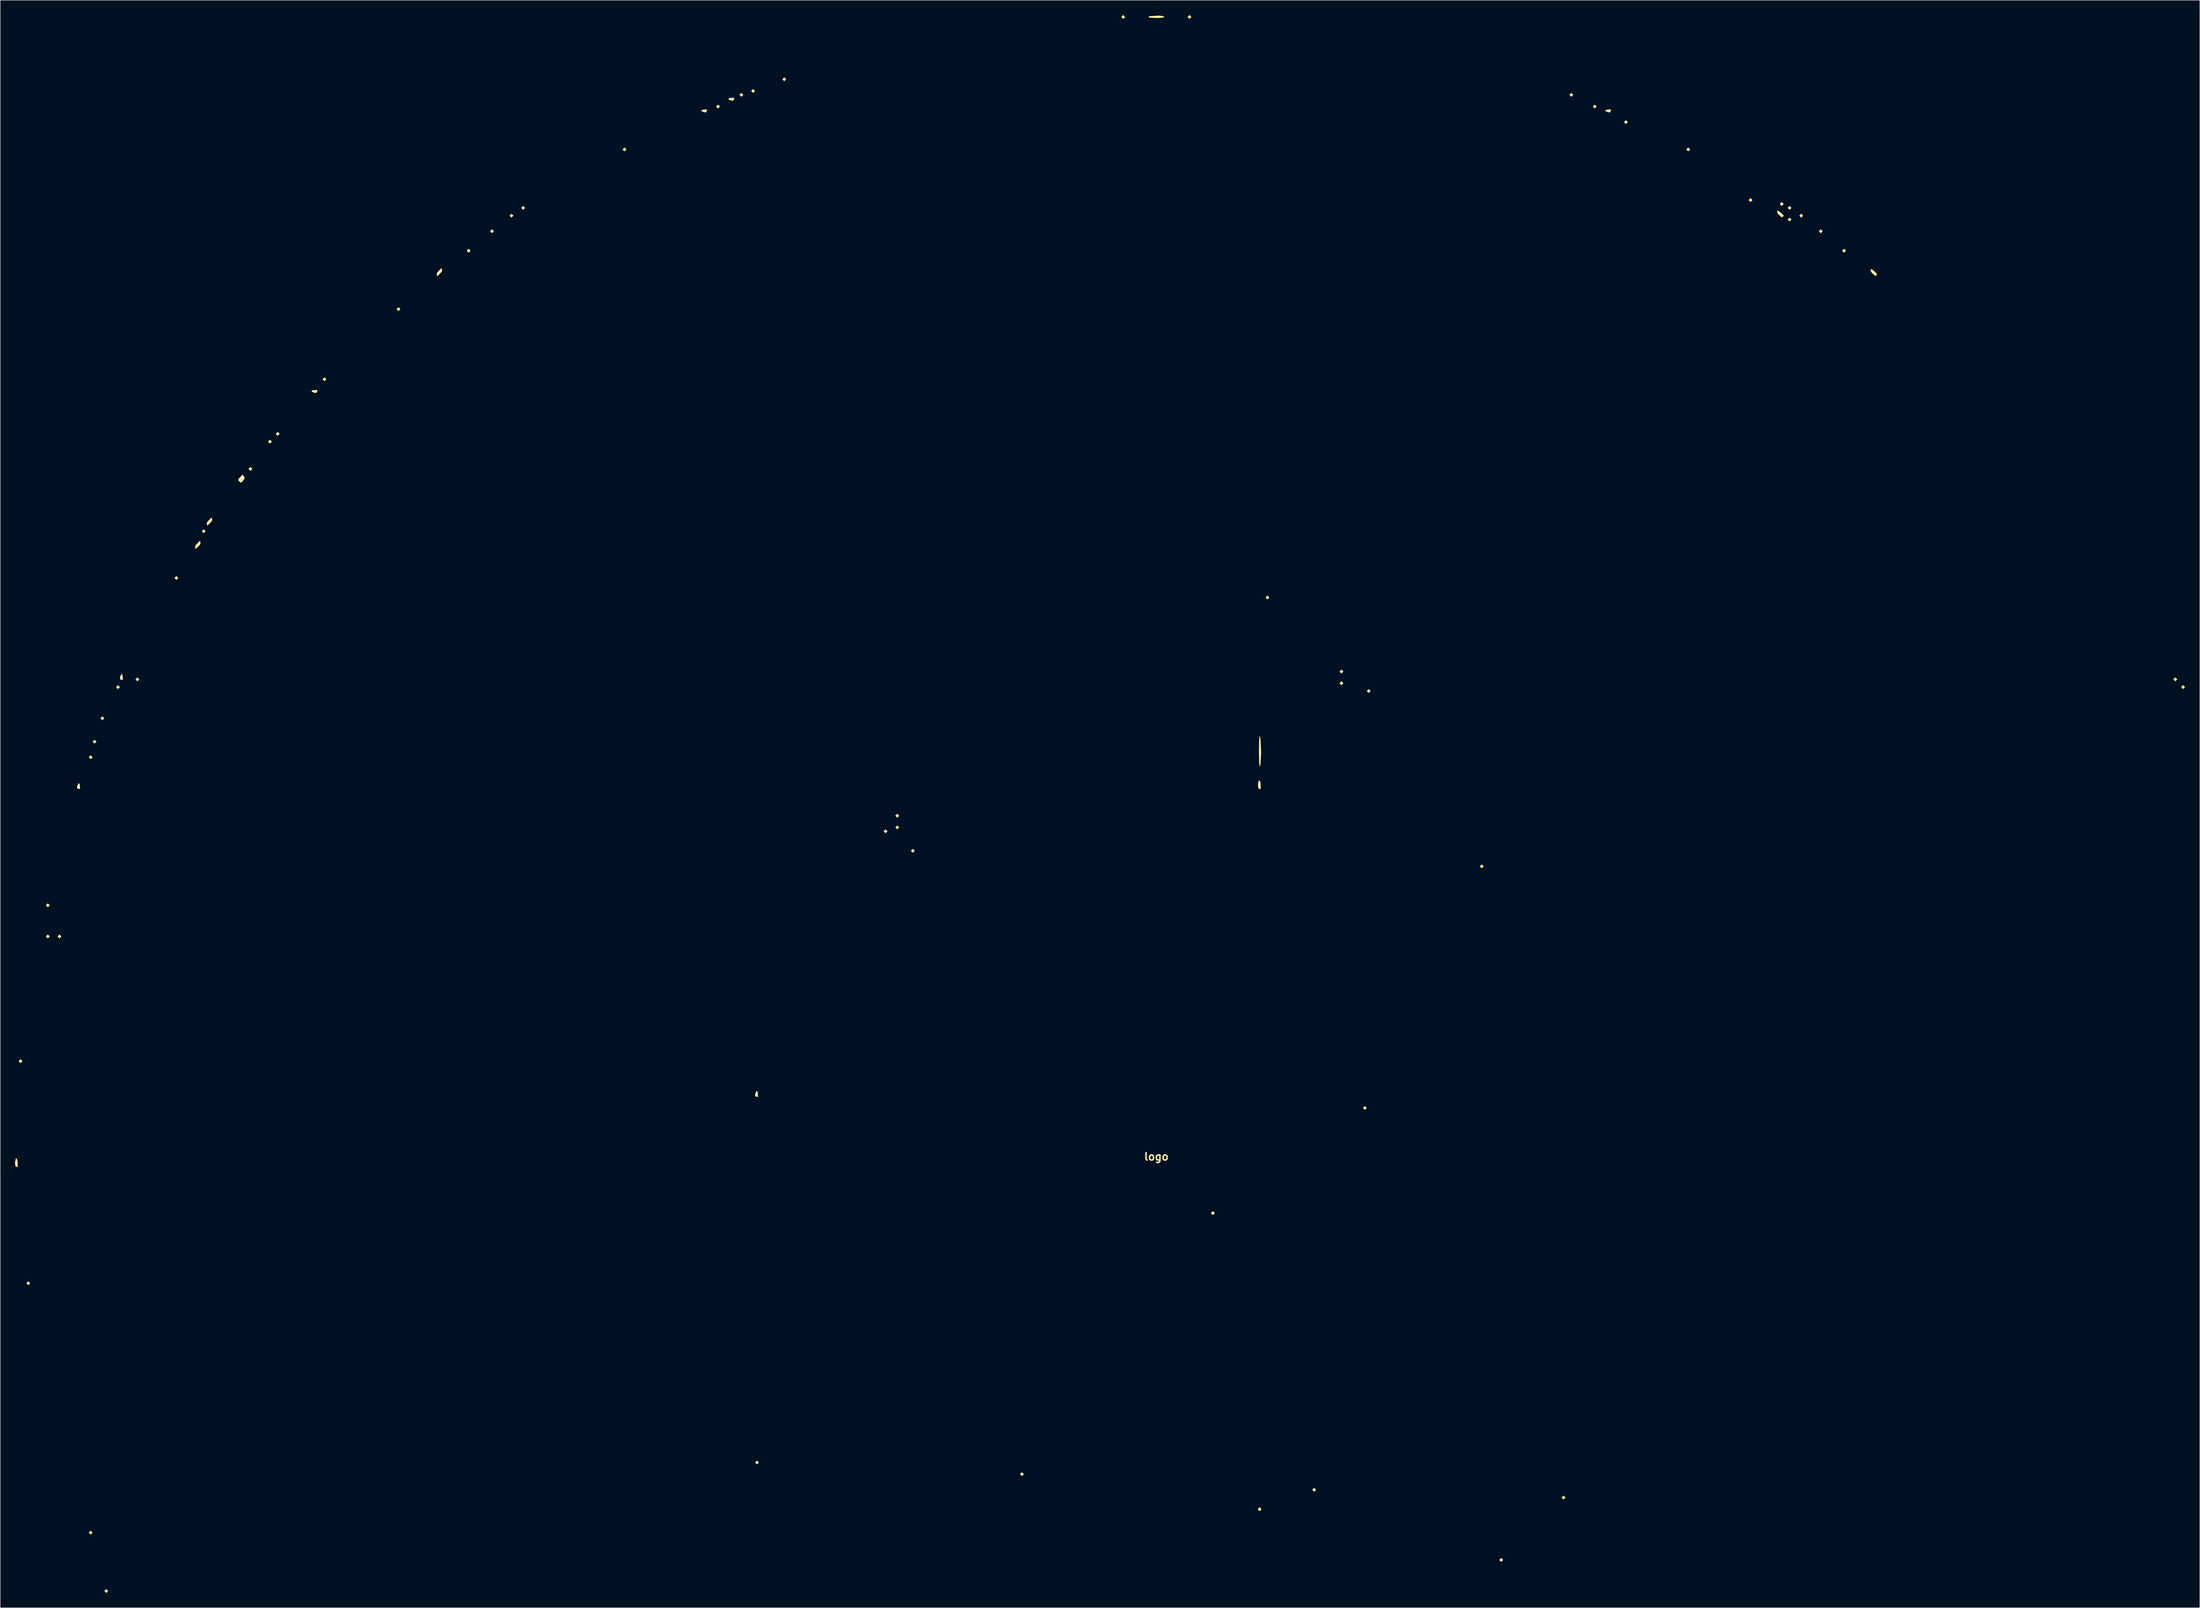
<source format=kicad_pcb>
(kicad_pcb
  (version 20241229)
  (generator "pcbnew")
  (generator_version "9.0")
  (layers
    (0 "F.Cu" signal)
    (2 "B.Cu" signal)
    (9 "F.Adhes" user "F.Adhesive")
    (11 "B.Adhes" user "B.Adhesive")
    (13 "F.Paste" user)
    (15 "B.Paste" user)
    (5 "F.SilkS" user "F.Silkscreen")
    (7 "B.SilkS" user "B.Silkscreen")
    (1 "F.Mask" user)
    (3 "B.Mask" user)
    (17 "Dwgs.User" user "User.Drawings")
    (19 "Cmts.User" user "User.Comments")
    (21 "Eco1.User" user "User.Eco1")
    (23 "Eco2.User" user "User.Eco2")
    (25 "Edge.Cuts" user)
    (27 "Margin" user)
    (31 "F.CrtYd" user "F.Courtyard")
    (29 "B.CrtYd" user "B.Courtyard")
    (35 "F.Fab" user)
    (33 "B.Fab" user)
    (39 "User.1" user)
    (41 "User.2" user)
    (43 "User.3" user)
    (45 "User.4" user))
  (footprint "logo"
    (layer "F.Cu")
    (at 232.511 232.574)
    (property "Reference" "logo" (at 0 0 0) (layer "F.SilkS") (effects (font (size 1.524 1.524) (thickness 0.3))))
    (attr through_hole)
    (fp_poly (pts (xy -230.981 -19.447) (xy -231.378 -19.05) (xy -231.775 -19.447) (xy -231.378 -19.844) (xy -230.981 -19.447)) (stroke (width 0.01) (type solid)) (fill yes) (layer "F.SilkS"))
    (fp_poly (pts (xy -229.394 25.797) (xy -229.791 26.194) (xy -230.188 25.797) (xy -229.791 25.4) (xy -229.394 25.797)) (stroke (width 0.01) (type solid)) (fill yes) (layer "F.SilkS"))
    (fp_poly (pts (xy -225.425 -51.197) (xy -225.822 -50.8) (xy -226.219 -51.197) (xy -225.822 -51.594) (xy -225.425 -51.197)) (stroke (width 0.01) (type solid)) (fill yes) (layer "F.SilkS"))
    (fp_poly (pts (xy -225.425 -44.847) (xy -225.822 -44.45) (xy -226.219 -44.847) (xy -225.822 -45.244) (xy -225.425 -44.847)) (stroke (width 0.01) (type solid)) (fill yes) (layer "F.SilkS"))
    (fp_poly (pts (xy -223.044 -44.847) (xy -223.441 -44.45) (xy -223.838 -44.847) (xy -223.441 -45.244) (xy -223.044 -44.847)) (stroke (width 0.01) (type solid)) (fill yes) (layer "F.SilkS"))
    (fp_poly (pts (xy -216.694 -81.359) (xy -217.091 -80.963) (xy -217.488 -81.359) (xy -217.091 -81.756) (xy -216.694 -81.359)) (stroke (width 0.01) (type solid)) (fill yes) (layer "F.SilkS"))
    (fp_poly (pts (xy -216.694 76.597) (xy -217.091 76.994) (xy -217.488 76.597) (xy -217.091 76.2) (xy -216.694 76.597)) (stroke (width 0.01) (type solid)) (fill yes) (layer "F.SilkS"))
    (fp_poly (pts (xy -215.9 -84.534) (xy -216.297 -84.138) (xy -216.694 -84.534) (xy -216.297 -84.931) (xy -215.9 -84.534)) (stroke (width 0.01) (type solid)) (fill yes) (layer "F.SilkS"))
    (fp_poly (pts (xy -214.312 -89.297) (xy -214.709 -88.9) (xy -215.106 -89.297) (xy -214.709 -89.694) (xy -214.312 -89.297)) (stroke (width 0.01) (type solid)) (fill yes) (layer "F.SilkS"))
    (fp_poly (pts (xy -213.519 88.503) (xy -213.916 88.9) (xy -214.312 88.503) (xy -213.916 88.106) (xy -213.519 88.503)) (stroke (width 0.01) (type solid)) (fill yes) (layer "F.SilkS"))
    (fp_poly (pts (xy -211.137 -95.647) (xy -211.534 -95.25) (xy -211.931 -95.647) (xy -211.534 -96.044) (xy -211.137 -95.647)) (stroke (width 0.01) (type solid)) (fill yes) (layer "F.SilkS"))
    (fp_poly (pts (xy -207.169 -97.234) (xy -207.566 -96.838) (xy -207.963 -97.234) (xy -207.566 -97.631) (xy -207.169 -97.234)) (stroke (width 0.01) (type solid)) (fill yes) (layer "F.SilkS"))
    (fp_poly (pts (xy -199.231 -117.872) (xy -199.628 -117.475) (xy -200.025 -117.872) (xy -199.628 -118.269) (xy -199.231 -117.872)) (stroke (width 0.01) (type solid)) (fill yes) (layer "F.SilkS"))
    (fp_poly (pts (xy -193.675 -127.397) (xy -194.072 -127) (xy -194.469 -127.397) (xy -194.072 -127.794) (xy -193.675 -127.397)) (stroke (width 0.01) (type solid)) (fill yes) (layer "F.SilkS"))
    (fp_poly (pts (xy -184.15 -140.097) (xy -184.547 -139.7) (xy -184.944 -140.097) (xy -184.547 -140.494) (xy -184.15 -140.097)) (stroke (width 0.01) (type solid)) (fill yes) (layer "F.SilkS"))
    (fp_poly (pts (xy -180.181 -145.653) (xy -180.578 -145.256) (xy -180.975 -145.653) (xy -180.578 -146.05) (xy -180.181 -145.653)) (stroke (width 0.01) (type solid)) (fill yes) (layer "F.SilkS"))
    (fp_poly (pts (xy -178.594 -147.241) (xy -178.991 -146.844) (xy -179.387 -147.241) (xy -178.991 -147.637) (xy -178.594 -147.241)) (stroke (width 0.01) (type solid)) (fill yes) (layer "F.SilkS"))
    (fp_poly (pts (xy -169.069 -158.353) (xy -169.466 -157.956) (xy -169.863 -158.353) (xy -169.466 -158.75) (xy -169.069 -158.353)) (stroke (width 0.01) (type solid)) (fill yes) (layer "F.SilkS"))
    (fp_poly (pts (xy -153.988 -172.641) (xy -154.384 -172.244) (xy -154.781 -172.641) (xy -154.384 -173.037) (xy -153.988 -172.641)) (stroke (width 0.01) (type solid)) (fill yes) (layer "F.SilkS"))
    (fp_poly (pts (xy -139.7 -184.547) (xy -140.097 -184.15) (xy -140.494 -184.547) (xy -140.097 -184.944) (xy -139.7 -184.547)) (stroke (width 0.01) (type solid)) (fill yes) (layer "F.SilkS"))
    (fp_poly (pts (xy -134.938 -188.516) (xy -135.334 -188.119) (xy -135.731 -188.516) (xy -135.334 -188.912) (xy -134.938 -188.516)) (stroke (width 0.01) (type solid)) (fill yes) (layer "F.SilkS"))
    (fp_poly (pts (xy -130.969 -191.691) (xy -131.366 -191.294) (xy -131.762 -191.691) (xy -131.366 -192.088) (xy -130.969 -191.691)) (stroke (width 0.01) (type solid)) (fill yes) (layer "F.SilkS"))
    (fp_poly (pts (xy -128.588 -193.278) (xy -128.984 -192.881) (xy -129.381 -193.278) (xy -128.984 -193.675) (xy -128.588 -193.278)) (stroke (width 0.01) (type solid)) (fill yes) (layer "F.SilkS"))
    (fp_poly (pts (xy -107.95 -205.184) (xy -108.347 -204.787) (xy -108.744 -205.184) (xy -108.347 -205.581) (xy -107.95 -205.184)) (stroke (width 0.01) (type solid)) (fill yes) (layer "F.SilkS"))
    (fp_poly (pts (xy -88.9 -213.916) (xy -89.297 -213.519) (xy -89.694 -213.916) (xy -89.297 -214.312) (xy -88.9 -213.916)) (stroke (width 0.01) (type solid)) (fill yes) (layer "F.SilkS"))
    (fp_poly (pts (xy -84.138 -216.297) (xy -84.534 -215.9) (xy -84.931 -216.297) (xy -84.534 -216.694) (xy -84.138 -216.297)) (stroke (width 0.01) (type solid)) (fill yes) (layer "F.SilkS"))
    (fp_poly (pts (xy -81.756 -217.091) (xy -82.153 -216.694) (xy -82.55 -217.091) (xy -82.153 -217.488) (xy -81.756 -217.091)) (stroke (width 0.01) (type solid)) (fill yes) (layer "F.SilkS"))
    (fp_poly (pts (xy -80.963 62.309) (xy -81.359 62.706) (xy -81.756 62.309) (xy -81.359 61.913) (xy -80.963 62.309)) (stroke (width 0.01) (type solid)) (fill yes) (layer "F.SilkS"))
    (fp_poly (pts (xy -75.406 -219.472) (xy -75.803 -219.075) (xy -76.2 -219.472) (xy -75.803 -219.869) (xy -75.406 -219.472)) (stroke (width 0.01) (type solid)) (fill yes) (layer "F.SilkS"))
    (fp_poly (pts (xy -54.769 -66.278) (xy -55.166 -65.881) (xy -55.562 -66.278) (xy -55.166 -66.675) (xy -54.769 -66.278)) (stroke (width 0.01) (type solid)) (fill yes) (layer "F.SilkS"))
    (fp_poly (pts (xy -52.388 -69.453) (xy -52.784 -69.056) (xy -53.181 -69.453) (xy -52.784 -69.85) (xy -52.388 -69.453)) (stroke (width 0.01) (type solid)) (fill yes) (layer "F.SilkS"))
    (fp_poly (pts (xy -52.388 -67.072) (xy -52.784 -66.675) (xy -53.181 -67.072) (xy -52.784 -67.469) (xy -52.388 -67.072)) (stroke (width 0.01) (type solid)) (fill yes) (layer "F.SilkS"))
    (fp_poly (pts (xy -49.212 -62.309) (xy -49.609 -61.913) (xy -50.006 -62.309) (xy -49.609 -62.706) (xy -49.212 -62.309)) (stroke (width 0.01) (type solid)) (fill yes) (layer "F.SilkS"))
    (fp_poly (pts (xy -26.988 64.691) (xy -27.384 65.088) (xy -27.781 64.691) (xy -27.384 64.294) (xy -26.988 64.691)) (stroke (width 0.01) (type solid)) (fill yes) (layer "F.SilkS"))
    (fp_poly (pts (xy -6.35 -232.172) (xy -6.747 -231.775) (xy -7.144 -232.172) (xy -6.747 -232.569) (xy -6.35 -232.172)) (stroke (width 0.01) (type solid)) (fill yes) (layer "F.SilkS"))
    (fp_poly (pts (xy 7.144 -232.172) (xy 6.747 -231.775) (xy 6.35 -232.172) (xy 6.747 -232.569) (xy 7.144 -232.172)) (stroke (width 0.01) (type solid)) (fill yes) (layer "F.SilkS"))
    (fp_poly (pts (xy 11.906 11.509) (xy 11.509 11.906) (xy 11.113 11.509) (xy 11.509 11.113) (xy 11.906 11.509)) (stroke (width 0.01) (type solid)) (fill yes) (layer "F.SilkS"))
    (fp_poly (pts (xy 21.431 71.834) (xy 21.034 72.231) (xy 20.637 71.834) (xy 21.034 71.438) (xy 21.431 71.834)) (stroke (width 0.01) (type solid)) (fill yes) (layer "F.SilkS"))
    (fp_poly (pts (xy 23.019 -113.903) (xy 22.622 -113.506) (xy 22.225 -113.903) (xy 22.622 -114.3) (xy 23.019 -113.903)) (stroke (width 0.01) (type solid)) (fill yes) (layer "F.SilkS"))
    (fp_poly (pts (xy 32.544 67.866) (xy 32.147 68.263) (xy 31.75 67.866) (xy 32.147 67.469) (xy 32.544 67.866)) (stroke (width 0.01) (type solid)) (fill yes) (layer "F.SilkS"))
    (fp_poly (pts (xy 38.1 -98.822) (xy 37.703 -98.425) (xy 37.306 -98.822) (xy 37.703 -99.219) (xy 38.1 -98.822)) (stroke (width 0.01) (type solid)) (fill yes) (layer "F.SilkS"))
    (fp_poly (pts (xy 38.1 -96.441) (xy 37.703 -96.044) (xy 37.306 -96.441) (xy 37.703 -96.838) (xy 38.1 -96.441)) (stroke (width 0.01) (type solid)) (fill yes) (layer "F.SilkS"))
    (fp_poly (pts (xy 42.862 -9.922) (xy 42.466 -9.525) (xy 42.069 -9.922) (xy 42.466 -10.319) (xy 42.862 -9.922)) (stroke (width 0.01) (type solid)) (fill yes) (layer "F.SilkS"))
    (fp_poly (pts (xy 43.656 -94.853) (xy 43.259 -94.456) (xy 42.862 -94.853) (xy 43.259 -95.25) (xy 43.656 -94.853)) (stroke (width 0.01) (type solid)) (fill yes) (layer "F.SilkS"))
    (fp_poly (pts (xy 66.675 -59.134) (xy 66.278 -58.737) (xy 65.881 -59.134) (xy 66.278 -59.531) (xy 66.675 -59.134)) (stroke (width 0.01) (type solid)) (fill yes) (layer "F.SilkS"))
    (fp_poly (pts (xy 70.644 82.153) (xy 70.247 82.55) (xy 69.85 82.153) (xy 70.247 81.756) (xy 70.644 82.153)) (stroke (width 0.01) (type solid)) (fill yes) (layer "F.SilkS"))
    (fp_poly (pts (xy 83.344 69.453) (xy 82.947 69.85) (xy 82.55 69.453) (xy 82.947 69.056) (xy 83.344 69.453)) (stroke (width 0.01) (type solid)) (fill yes) (layer "F.SilkS"))
    (fp_poly (pts (xy 84.931 -216.297) (xy 84.534 -215.9) (xy 84.138 -216.297) (xy 84.534 -216.694) (xy 84.931 -216.297)) (stroke (width 0.01) (type solid)) (fill yes) (layer "F.SilkS"))
    (fp_poly (pts (xy 89.694 -213.916) (xy 89.297 -213.519) (xy 88.9 -213.916) (xy 89.297 -214.312) (xy 89.694 -213.916)) (stroke (width 0.01) (type solid)) (fill yes) (layer "F.SilkS"))
    (fp_poly (pts (xy 96.044 -210.741) (xy 95.647 -210.344) (xy 95.25 -210.741) (xy 95.647 -211.137) (xy 96.044 -210.741)) (stroke (width 0.01) (type solid)) (fill yes) (layer "F.SilkS"))
    (fp_poly (pts (xy 108.744 -205.184) (xy 108.347 -204.787) (xy 107.95 -205.184) (xy 108.347 -205.581) (xy 108.744 -205.184)) (stroke (width 0.01) (type solid)) (fill yes) (layer "F.SilkS"))
    (fp_poly (pts (xy 121.444 -194.866) (xy 121.047 -194.469) (xy 120.65 -194.866) (xy 121.047 -195.262) (xy 121.444 -194.866)) (stroke (width 0.01) (type solid)) (fill yes) (layer "F.SilkS"))
    (fp_poly (pts (xy 127.794 -194.072) (xy 127.397 -193.675) (xy 127 -194.072) (xy 127.397 -194.469) (xy 127.794 -194.072)) (stroke (width 0.01) (type solid)) (fill yes) (layer "F.SilkS"))
    (fp_poly (pts (xy 129.381 -193.278) (xy 128.984 -192.881) (xy 128.588 -193.278) (xy 128.984 -193.675) (xy 129.381 -193.278)) (stroke (width 0.01) (type solid)) (fill yes) (layer "F.SilkS"))
    (fp_poly (pts (xy 129.381 -190.897) (xy 128.984 -190.5) (xy 128.588 -190.897) (xy 128.984 -191.294) (xy 129.381 -190.897)) (stroke (width 0.01) (type solid)) (fill yes) (layer "F.SilkS"))
    (fp_poly (pts (xy 131.762 -191.691) (xy 131.366 -191.294) (xy 130.969 -191.691) (xy 131.366 -192.088) (xy 131.762 -191.691)) (stroke (width 0.01) (type solid)) (fill yes) (layer "F.SilkS"))
    (fp_poly (pts (xy 135.731 -188.516) (xy 135.334 -188.119) (xy 134.938 -188.516) (xy 135.334 -188.912) (xy 135.731 -188.516)) (stroke (width 0.01) (type solid)) (fill yes) (layer "F.SilkS"))
    (fp_poly (pts (xy 140.494 -184.547) (xy 140.097 -184.15) (xy 139.7 -184.547) (xy 140.097 -184.944) (xy 140.494 -184.547)) (stroke (width 0.01) (type solid)) (fill yes) (layer "F.SilkS"))
    (fp_poly (pts (xy 207.963 -97.234) (xy 207.566 -96.838) (xy 207.169 -97.234) (xy 207.566 -97.631) (xy 207.963 -97.234)) (stroke (width 0.01) (type solid)) (fill yes) (layer "F.SilkS"))
    (fp_poly (pts (xy 209.55 -95.647) (xy 209.153 -95.25) (xy 208.756 -95.647) (xy 209.153 -96.044) (xy 209.55 -95.647)) (stroke (width 0.01) (type solid)) (fill yes) (layer "F.SilkS"))
    (fp_poly (pts (xy -232.027 0.645) (xy -231.932 1.885) (xy -232.089 2.166) (xy -232.45 1.93) (xy -232.506 1.124) (xy -232.312 0.278) (xy -232.027 0.645)) (stroke (width 0.01) (type solid)) (fill yes) (layer "F.SilkS"))
    (fp_poly (pts (xy -219.34 -75.935) (xy -219.245 -74.993) (xy -219.34 -74.877) (xy -219.811 -74.986) (xy -219.869 -75.406) (xy -219.578 -76.06) (xy -219.34 -75.935)) (stroke (width 0.01) (type solid)) (fill yes) (layer "F.SilkS"))
    (fp_poly (pts (xy -210.608 -98.16) (xy -210.513 -97.218) (xy -210.608 -97.102) (xy -211.08 -97.211) (xy -211.137 -97.631) (xy -210.847 -98.285) (xy -210.608 -98.16)) (stroke (width 0.01) (type solid)) (fill yes) (layer "F.SilkS"))
    (fp_poly (pts (xy -170.921 -156.104) (xy -171.03 -155.632) (xy -171.45 -155.575) (xy -172.103 -155.865) (xy -171.979 -156.104) (xy -171.037 -156.199) (xy -170.921 -156.104)) (stroke (width 0.01) (type solid)) (fill yes) (layer "F.SilkS"))
    (fp_poly (pts (xy -91.546 -213.254) (xy -91.655 -212.782) (xy -92.075 -212.725) (xy -92.728 -213.015) (xy -92.604 -213.254) (xy -91.662 -213.349) (xy -91.546 -213.254)) (stroke (width 0.01) (type solid)) (fill yes) (layer "F.SilkS"))
    (fp_poly (pts (xy -85.99 -215.635) (xy -86.099 -215.164) (xy -86.519 -215.106) (xy -87.172 -215.397) (xy -87.048 -215.635) (xy -86.106 -215.73) (xy -85.99 -215.635)) (stroke (width 0.01) (type solid)) (fill yes) (layer "F.SilkS"))
    (fp_poly (pts (xy -81.227 -13.229) (xy -81.132 -12.287) (xy -81.227 -12.171) (xy -81.699 -12.28) (xy -81.756 -12.7) (xy -81.466 -13.353) (xy -81.227 -13.229)) (stroke (width 0.01) (type solid)) (fill yes) (layer "F.SilkS"))
    (fp_poly (pts (xy 21.18 -76.349) (xy 21.274 -75.108) (xy 21.117 -74.827) (xy 20.756 -75.064) (xy 20.7 -75.869) (xy 20.894 -76.716) (xy 21.18 -76.349)) (stroke (width 0.01) (type solid)) (fill yes) (layer "F.SilkS"))
    (fp_poly (pts (xy 92.604 -213.254) (xy 92.495 -212.782) (xy 92.075 -212.725) (xy 91.422 -213.015) (xy 91.546 -213.254) (xy 92.488 -213.349) (xy 92.604 -213.254)) (stroke (width 0.01) (type solid)) (fill yes) (layer "F.SilkS"))
    (fp_poly (pts (xy 126.877 -192.56) (xy 127.723 -191.822) (xy 127.794 -191.644) (xy 127.417 -191.318) (xy 126.633 -192.049) (xy 126.527 -192.21) (xy 126.434 -192.753) (xy 126.877 -192.56)) (stroke (width 0.01) (type solid)) (fill yes) (layer "F.SilkS"))
    (fp_poly (pts (xy 145.927 -180.654) (xy 146.779 -179.855) (xy 146.605 -179.395) (xy 146.494 -179.387) (xy 145.822 -179.951) (xy 145.577 -180.304) (xy 145.484 -180.847) (xy 145.927 -180.654)) (stroke (width 0.01) (type solid)) (fill yes) (layer "F.SilkS"))
    (fp_poly (pts (xy -194.718 -124.9) (xy -194.866 -124.619) (xy -195.614 -123.861) (xy -195.753 -123.825) (xy -195.807 -124.338) (xy -195.659 -124.619) (xy -194.911 -125.377) (xy -194.772 -125.412) (xy -194.718 -124.9)) (stroke (width 0.01) (type solid)) (fill yes) (layer "F.SilkS"))
    (fp_poly (pts (xy -192.337 -129.662) (xy -192.484 -129.381) (xy -193.232 -128.623) (xy -193.372 -128.588) (xy -193.426 -129.1) (xy -193.278 -129.381) (xy -192.53 -130.139) (xy -192.391 -130.175) (xy -192.337 -129.662)) (stroke (width 0.01) (type solid)) (fill yes) (layer "F.SilkS"))
    (fp_poly (pts (xy -185.747 -138.292) (xy -185.738 -138.113) (xy -186.348 -137.349) (xy -186.578 -137.319) (xy -187.052 -137.805) (xy -186.928 -138.113) (xy -186.215 -138.87) (xy -186.088 -138.906) (xy -185.747 -138.292)) (stroke (width 0.01) (type solid)) (fill yes) (layer "F.SilkS"))
    (fp_poly (pts (xy -145.505 -180.462) (xy -145.653 -180.181) (xy -146.401 -179.423) (xy -146.541 -179.387) (xy -146.595 -179.9) (xy -146.447 -180.181) (xy -145.699 -180.939) (xy -145.559 -180.975) (xy -145.505 -180.462)) (stroke (width 0.01) (type solid)) (fill yes) (layer "F.SilkS"))
    (fp_poly (pts (xy 1.389 -232.322) (xy 1.636 -232.092) (xy 0.539 -231.967) (xy 0 -231.959) (xy -1.444 -232.042) (xy -1.614 -232.248) (xy -1.389 -232.322) (xy 0.624 -232.446) (xy 1.389 -232.322)) (stroke (width 0.01) (type solid)) (fill yes) (layer "F.SilkS"))
    (fp_poly (pts (xy 21.191 -85.285) (xy 21.212 -85.13) (xy 21.343 -82.346) (xy 21.212 -79.97) (xy 21.056 -79.371) (xy 20.942 -80.182) (xy 20.892 -82.224) (xy 20.892 -82.55) (xy 20.932 -84.731) (xy 21.039 -85.702) (xy 21.191 -85.285)) (stroke (width 0.01) (type solid)) (fill yes) (layer "F.SilkS")))
  (gr_rect
    (start -3 -3)
    (end 445.066 324.479)
    (stroke (width 0.1) (type default))
    (fill no)
    (layer "Edge.Cuts")))
</source>
